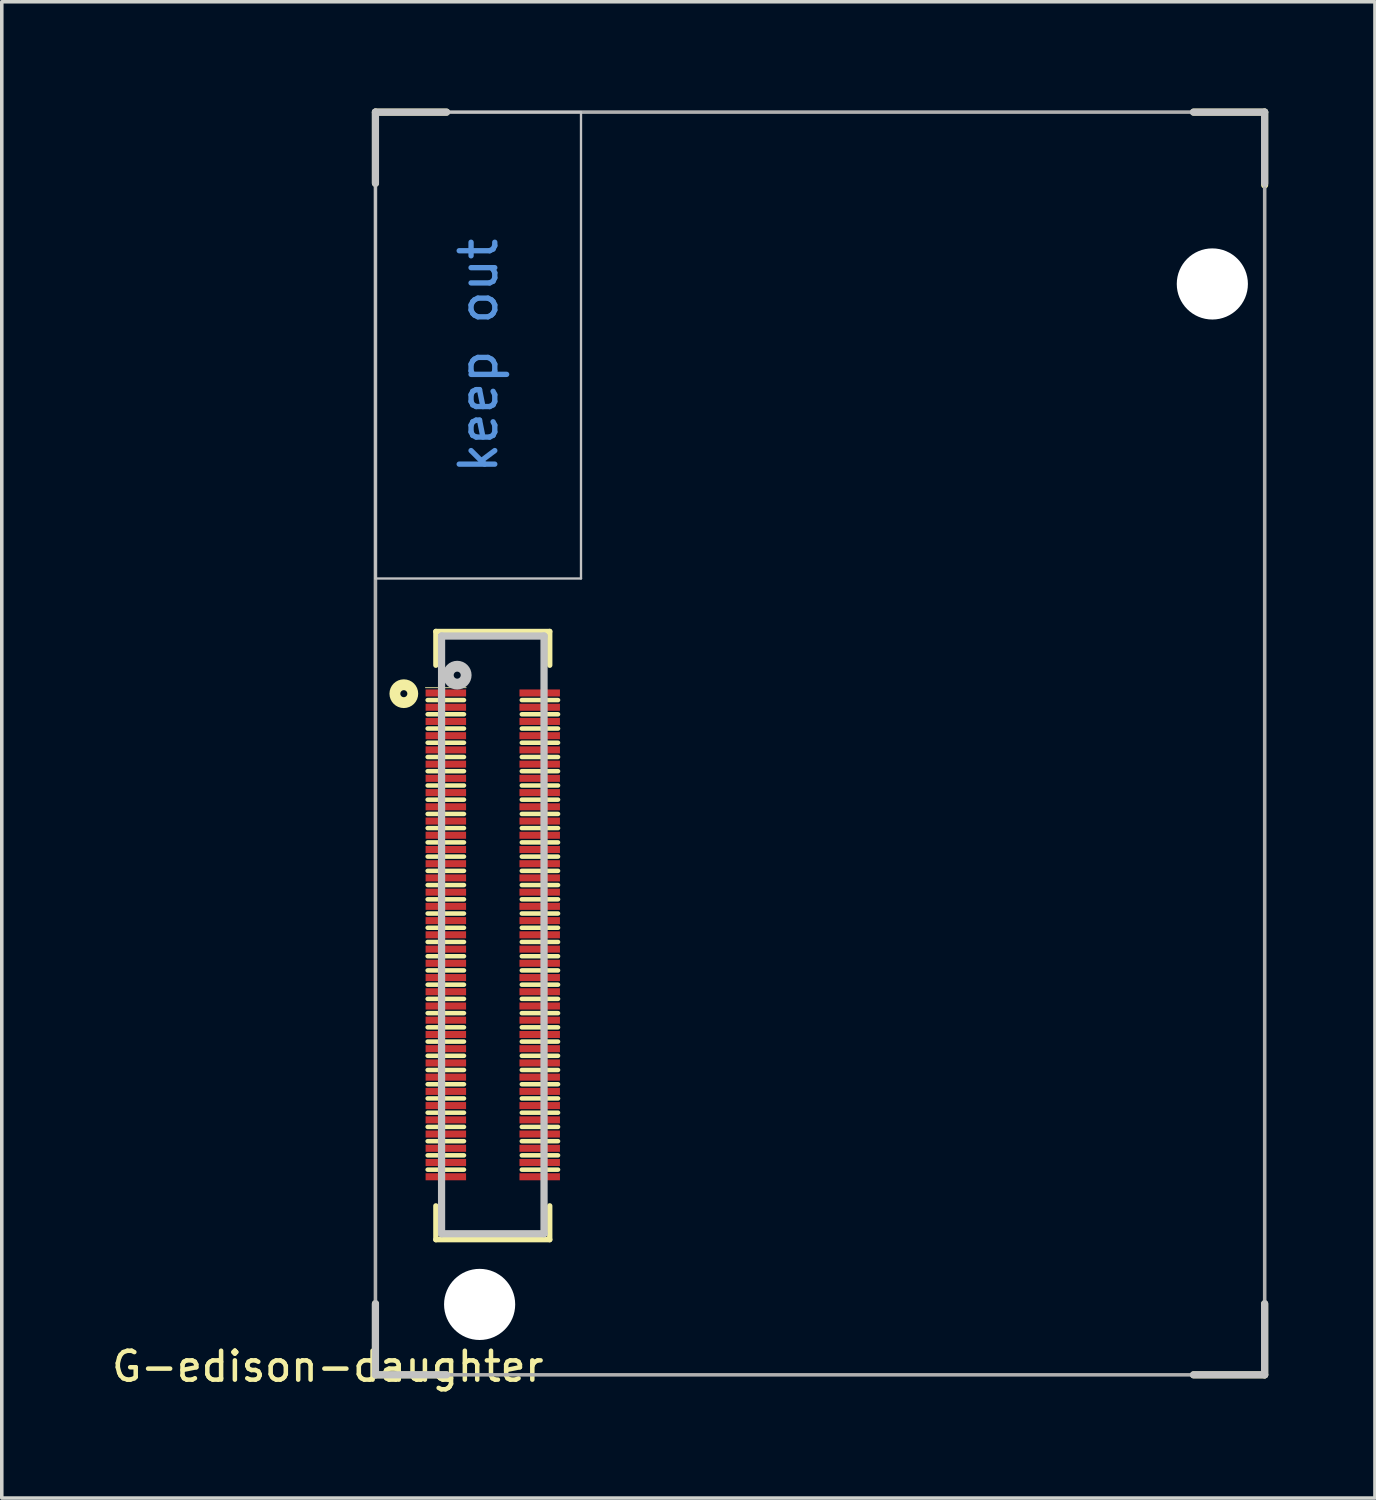
<source format=kicad_pcb>
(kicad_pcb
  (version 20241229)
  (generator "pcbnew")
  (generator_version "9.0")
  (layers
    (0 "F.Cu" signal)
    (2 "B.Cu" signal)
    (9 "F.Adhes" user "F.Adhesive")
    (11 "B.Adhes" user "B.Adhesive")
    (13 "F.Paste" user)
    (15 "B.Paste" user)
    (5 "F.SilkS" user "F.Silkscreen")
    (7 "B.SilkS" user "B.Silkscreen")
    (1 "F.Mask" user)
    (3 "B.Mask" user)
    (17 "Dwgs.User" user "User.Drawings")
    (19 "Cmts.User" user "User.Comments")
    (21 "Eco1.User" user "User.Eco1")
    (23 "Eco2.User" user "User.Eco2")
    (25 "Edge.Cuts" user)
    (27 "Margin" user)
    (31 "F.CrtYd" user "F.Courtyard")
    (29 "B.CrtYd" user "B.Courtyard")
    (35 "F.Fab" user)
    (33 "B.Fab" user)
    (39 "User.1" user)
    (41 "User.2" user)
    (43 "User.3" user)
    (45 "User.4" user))
  (footprint "G-edison-daughter"
    (layer "F.Cu")
    (at 20.005 17.851)
    (property "Reference" "G-edison-daughter" (at -13.839 17.516 180) (layer "F.SilkS") (effects (font (size 0.813 0.813) (thickness 0.127))))
    (attr smd)
    (fp_line (start -12.5 -17.749) (end -10.501 -17.749) (stroke (width 0.198) (type solid)) (layer "F.SilkS"))
    (fp_line (start -12.5 -15.748) (end -12.5 -17.749) (stroke (width 0.198) (type solid)) (layer "F.SilkS"))
    (fp_line (start -12.5 15.751) (end -12.5 17.75) (stroke (width 0.198) (type solid)) (layer "F.SilkS"))
    (fp_line (start -12.5 17.75) (end -10.501 17.75) (stroke (width 0.198) (type solid)) (layer "F.SilkS"))
    (fp_line (start -11.093 -1.567) (end -9.95 -1.567) (stroke (width 0.025) (type solid)) (layer "F.SilkS"))
    (fp_line (start -11.032 -1.219) (end -10.011 -1.219) (stroke (width 0.127) (type solid)) (layer "F.SilkS"))
    (fp_line (start -11.032 -0.82) (end -10.011 -0.82) (stroke (width 0.127) (type solid)) (layer "F.SilkS"))
    (fp_line (start -11.032 -0.419) (end -10.011 -0.419) (stroke (width 0.127) (type solid)) (layer "F.SilkS"))
    (fp_line (start -11.032 -0.02) (end -10.011 -0.02) (stroke (width 0.127) (type solid)) (layer "F.SilkS"))
    (fp_line (start -11.032 0.381) (end -10.011 0.381) (stroke (width 0.127) (type solid)) (layer "F.SilkS"))
    (fp_line (start -11.032 0.78) (end -10.011 0.78) (stroke (width 0.127) (type solid)) (layer "F.SilkS"))
    (fp_line (start -11.032 1.182) (end -10.011 1.182) (stroke (width 0.127) (type solid)) (layer "F.SilkS"))
    (fp_line (start -11.032 1.58) (end -10.011 1.58) (stroke (width 0.127) (type solid)) (layer "F.SilkS"))
    (fp_line (start -11.032 1.982) (end -10.011 1.982) (stroke (width 0.127) (type solid)) (layer "F.SilkS"))
    (fp_line (start -11.032 2.38) (end -10.011 2.38) (stroke (width 0.127) (type solid)) (layer "F.SilkS"))
    (fp_line (start -11.032 2.782) (end -10.011 2.782) (stroke (width 0.127) (type solid)) (layer "F.SilkS"))
    (fp_line (start -11.032 3.181) (end -10.011 3.181) (stroke (width 0.127) (type solid)) (layer "F.SilkS"))
    (fp_line (start -11.032 3.582) (end -10.011 3.582) (stroke (width 0.127) (type solid)) (layer "F.SilkS"))
    (fp_line (start -11.032 3.981) (end -10.011 3.981) (stroke (width 0.127) (type solid)) (layer "F.SilkS"))
    (fp_line (start -11.032 4.382) (end -10.011 4.382) (stroke (width 0.127) (type solid)) (layer "F.SilkS"))
    (fp_line (start -11.032 4.781) (end -10.011 4.781) (stroke (width 0.127) (type solid)) (layer "F.SilkS"))
    (fp_line (start -11.032 5.182) (end -10.011 5.182) (stroke (width 0.127) (type solid)) (layer "F.SilkS"))
    (fp_line (start -11.032 5.581) (end -10.011 5.581) (stroke (width 0.127) (type solid)) (layer "F.SilkS"))
    (fp_line (start -11.032 5.982) (end -10.011 5.982) (stroke (width 0.127) (type solid)) (layer "F.SilkS"))
    (fp_line (start -11.032 6.381) (end -10.011 6.381) (stroke (width 0.127) (type solid)) (layer "F.SilkS"))
    (fp_line (start -11.032 6.782) (end -10.011 6.782) (stroke (width 0.127) (type solid)) (layer "F.SilkS"))
    (fp_line (start -11.032 7.181) (end -10.011 7.181) (stroke (width 0.127) (type solid)) (layer "F.SilkS"))
    (fp_line (start -11.032 7.582) (end -10.011 7.582) (stroke (width 0.127) (type solid)) (layer "F.SilkS"))
    (fp_line (start -11.032 7.981) (end -10.011 7.981) (stroke (width 0.127) (type solid)) (layer "F.SilkS"))
    (fp_line (start -11.032 8.382) (end -10.011 8.382) (stroke (width 0.127) (type solid)) (layer "F.SilkS"))
    (fp_line (start -11.032 8.781) (end -10.011 8.781) (stroke (width 0.127) (type solid)) (layer "F.SilkS"))
    (fp_line (start -11.032 9.18) (end -10.011 9.18) (stroke (width 0.127) (type solid)) (layer "F.SilkS"))
    (fp_line (start -11.032 9.581) (end -10.011 9.581) (stroke (width 0.127) (type solid)) (layer "F.SilkS"))
    (fp_line (start -11.032 9.98) (end -10.011 9.98) (stroke (width 0.127) (type solid)) (layer "F.SilkS"))
    (fp_line (start -11.032 10.381) (end -10.011 10.381) (stroke (width 0.127) (type solid)) (layer "F.SilkS"))
    (fp_line (start -11.032 10.78) (end -10.011 10.78) (stroke (width 0.127) (type solid)) (layer "F.SilkS"))
    (fp_line (start -11.032 11.182) (end -10.011 11.182) (stroke (width 0.127) (type solid)) (layer "F.SilkS"))
    (fp_line (start -11.032 11.58) (end -10.011 11.58) (stroke (width 0.127) (type solid)) (layer "F.SilkS"))
    (fp_line (start -11.032 11.982) (end -10.011 11.982) (stroke (width 0.127) (type solid)) (layer "F.SilkS"))
    (fp_line (start -10.801 -3.149) (end -7.6 -3.149) (stroke (width 0.15) (type solid)) (layer "F.SilkS"))
    (fp_line (start -10.801 -2.199) (end -10.801 -3.149) (stroke (width 0.15) (type solid)) (layer "F.SilkS"))
    (fp_line (start -10.801 13) (end -10.801 13.95) (stroke (width 0.15) (type solid)) (layer "F.SilkS"))
    (fp_line (start -10.801 13.95) (end -7.6 13.95) (stroke (width 0.15) (type solid)) (layer "F.SilkS"))
    (fp_line (start -8.385 -1.219) (end -7.367 -1.219) (stroke (width 0.127) (type solid)) (layer "F.SilkS"))
    (fp_line (start -8.385 -0.82) (end -7.367 -0.82) (stroke (width 0.127) (type solid)) (layer "F.SilkS"))
    (fp_line (start -8.385 -0.419) (end -7.367 -0.419) (stroke (width 0.127) (type solid)) (layer "F.SilkS"))
    (fp_line (start -8.385 -0.02) (end -7.367 -0.02) (stroke (width 0.127) (type solid)) (layer "F.SilkS"))
    (fp_line (start -8.385 0.381) (end -7.367 0.381) (stroke (width 0.127) (type solid)) (layer "F.SilkS"))
    (fp_line (start -8.385 0.78) (end -7.367 0.78) (stroke (width 0.127) (type solid)) (layer "F.SilkS"))
    (fp_line (start -8.385 1.182) (end -7.367 1.182) (stroke (width 0.127) (type solid)) (layer "F.SilkS"))
    (fp_line (start -8.385 1.58) (end -7.367 1.58) (stroke (width 0.127) (type solid)) (layer "F.SilkS"))
    (fp_line (start -8.385 1.982) (end -7.367 1.982) (stroke (width 0.127) (type solid)) (layer "F.SilkS"))
    (fp_line (start -8.385 2.38) (end -7.367 2.38) (stroke (width 0.127) (type solid)) (layer "F.SilkS"))
    (fp_line (start -8.385 2.782) (end -7.367 2.782) (stroke (width 0.127) (type solid)) (layer "F.SilkS"))
    (fp_line (start -8.385 3.181) (end -7.367 3.181) (stroke (width 0.127) (type solid)) (layer "F.SilkS"))
    (fp_line (start -8.385 3.582) (end -7.367 3.582) (stroke (width 0.127) (type solid)) (layer "F.SilkS"))
    (fp_line (start -8.385 3.981) (end -7.367 3.981) (stroke (width 0.127) (type solid)) (layer "F.SilkS"))
    (fp_line (start -8.385 4.382) (end -7.367 4.382) (stroke (width 0.127) (type solid)) (layer "F.SilkS"))
    (fp_line (start -8.385 4.781) (end -7.367 4.781) (stroke (width 0.127) (type solid)) (layer "F.SilkS"))
    (fp_line (start -8.385 5.182) (end -7.367 5.182) (stroke (width 0.127) (type solid)) (layer "F.SilkS"))
    (fp_line (start -8.385 5.581) (end -7.367 5.581) (stroke (width 0.127) (type solid)) (layer "F.SilkS"))
    (fp_line (start -8.385 5.982) (end -7.367 5.982) (stroke (width 0.127) (type solid)) (layer "F.SilkS"))
    (fp_line (start -8.385 6.381) (end -7.367 6.381) (stroke (width 0.127) (type solid)) (layer "F.SilkS"))
    (fp_line (start -8.385 6.782) (end -7.367 6.782) (stroke (width 0.127) (type solid)) (layer "F.SilkS"))
    (fp_line (start -8.385 7.181) (end -7.367 7.181) (stroke (width 0.127) (type solid)) (layer "F.SilkS"))
    (fp_line (start -8.385 7.582) (end -7.367 7.582) (stroke (width 0.127) (type solid)) (layer "F.SilkS"))
    (fp_line (start -8.385 7.981) (end -7.367 7.981) (stroke (width 0.127) (type solid)) (layer "F.SilkS"))
    (fp_line (start -8.385 8.382) (end -7.367 8.382) (stroke (width 0.127) (type solid)) (layer "F.SilkS"))
    (fp_line (start -8.385 8.781) (end -7.367 8.781) (stroke (width 0.127) (type solid)) (layer "F.SilkS"))
    (fp_line (start -8.385 9.18) (end -7.367 9.18) (stroke (width 0.127) (type solid)) (layer "F.SilkS"))
    (fp_line (start -8.385 9.581) (end -7.367 9.581) (stroke (width 0.127) (type solid)) (layer "F.SilkS"))
    (fp_line (start -8.385 9.98) (end -7.367 9.98) (stroke (width 0.127) (type solid)) (layer "F.SilkS"))
    (fp_line (start -8.385 10.381) (end -7.367 10.381) (stroke (width 0.127) (type solid)) (layer "F.SilkS"))
    (fp_line (start -8.385 10.78) (end -7.367 10.78) (stroke (width 0.127) (type solid)) (layer "F.SilkS"))
    (fp_line (start -8.385 11.182) (end -7.367 11.182) (stroke (width 0.127) (type solid)) (layer "F.SilkS"))
    (fp_line (start -8.385 11.58) (end -7.367 11.58) (stroke (width 0.127) (type solid)) (layer "F.SilkS"))
    (fp_line (start -8.385 11.982) (end -7.367 11.982) (stroke (width 0.127) (type solid)) (layer "F.SilkS"))
    (fp_line (start -7.6 -3.149) (end -7.6 -2.199) (stroke (width 0.15) (type solid)) (layer "F.SilkS"))
    (fp_line (start -7.6 13.95) (end -7.6 13) (stroke (width 0.15) (type solid)) (layer "F.SilkS"))
    (fp_line (start 10.5 17.75) (end 12.499 17.75) (stroke (width 0.198) (type solid)) (layer "F.SilkS"))
    (fp_line (start 12.499 -17.749) (end 10.5 -17.749) (stroke (width 0.198) (type solid)) (layer "F.SilkS"))
    (fp_line (start 12.499 -15.699) (end 12.499 -17.749) (stroke (width 0.198) (type solid)) (layer "F.SilkS"))
    (fp_line (start 12.499 17.75) (end 12.499 15.751) (stroke (width 0.198) (type solid)) (layer "F.SilkS"))
    (fp_circle (center -11.702 -1.399) (end -11.702 -1.498) (stroke (width 0.305) (type solid)) (fill no) (layer "F.SilkS"))
    (fp_line (start -12.5 -17.749) (end -10.501 -17.749) (stroke (width 0.203) (type solid)) (layer "Dwgs.User"))
    (fp_line (start -12.5 -17.749) (end -6.721 -17.749) (stroke (width 0.066) (type solid)) (layer "Dwgs.User"))
    (fp_line (start -12.5 -15.748) (end -12.5 -17.749) (stroke (width 0.203) (type solid)) (layer "Dwgs.User"))
    (fp_line (start -12.5 -4.638) (end -12.5 -17.749) (stroke (width 0.066) (type solid)) (layer "Dwgs.User"))
    (fp_line (start -12.5 -4.638) (end -6.721 -4.638) (stroke (width 0.066) (type solid)) (layer "Dwgs.User"))
    (fp_line (start -12.5 17.75) (end -12.5 15.751) (stroke (width 0.203) (type solid)) (layer "Dwgs.User"))
    (fp_line (start -10.641 -3.02) (end -7.76 -3.02) (stroke (width 0.203) (type solid)) (layer "Dwgs.User"))
    (fp_line (start -10.641 13.783) (end -10.641 -3.02) (stroke (width 0.203) (type solid)) (layer "Dwgs.User"))
    (fp_line (start -10.501 17.75) (end -12.5 17.75) (stroke (width 0.203) (type solid)) (layer "Dwgs.User"))
    (fp_line (start -7.76 -3.02) (end -7.76 13.783) (stroke (width 0.203) (type solid)) (layer "Dwgs.User"))
    (fp_line (start -7.76 13.783) (end -10.641 13.783) (stroke (width 0.203) (type solid)) (layer "Dwgs.User"))
    (fp_line (start -6.721 -4.638) (end -6.721 -17.749) (stroke (width 0.066) (type solid)) (layer "Dwgs.User"))
    (fp_line (start 10.5 -17.749) (end 12.499 -17.749) (stroke (width 0.203) (type solid)) (layer "Dwgs.User"))
    (fp_line (start 12.499 -17.749) (end 12.499 -15.748) (stroke (width 0.203) (type solid)) (layer "Dwgs.User"))
    (fp_line (start 12.499 15.751) (end 12.499 17.75) (stroke (width 0.203) (type solid)) (layer "Dwgs.User"))
    (fp_line (start 12.499 17.75) (end 10.5 17.75) (stroke (width 0.203) (type solid)) (layer "Dwgs.User"))
    (fp_circle (center -10.201 -1.92) (end -10.201 -2.019) (stroke (width 0.305) (type solid)) (fill no) (layer "Dwgs.User"))
    (fp_line (start -12.5 -17.75) (end -12.5 17.75) (stroke (width 0.1) (type solid)) (layer "F.Fab"))
    (fp_line (start -12.5 17.75) (end 12.5 17.75) (stroke (width 0.1) (type solid)) (layer "F.Fab"))
    (fp_line (start 12.5 -17.75) (end -12.5 -17.75) (stroke (width 0.1) (type solid)) (layer "F.Fab"))
    (fp_line (start 12.5 17.75) (end 12.5 -17.75) (stroke (width 0.1) (type solid)) (layer "F.Fab"))
    (fp_text user "keep out" (at -9.6 -10.9 90) (layer "Cmts.User") (effects (font (size 1 1) (thickness 0.15))))
    (pad "" np_thru_hole circle (at -9.571 15.771) (size 2 2) (drill 2) (layers "*.Cu" "*.Mask"))
    (pad "" np_thru_hole circle (at 11.028 -12.918) (size 2 2) (drill 2) (layers "*.Cu" "*.Mask"))
    (pad "1" smd rect (at -10.521 -1.419 90) (size 0.198 1.138) (layers "F.Cu" "F.Mask" "F.Paste"))
    (pad "2" smd rect (at -7.882 -1.419 90) (size 0.198 1.138) (layers "F.Cu" "F.Mask" "F.Paste"))
    (pad "3" smd rect (at -10.521 -1.018 90) (size 0.198 1.138) (layers "F.Cu" "F.Mask" "F.Paste"))
    (pad "4" smd rect (at -7.882 -1.018 90) (size 0.198 1.138) (layers "F.Cu" "F.Mask" "F.Paste"))
    (pad "5" smd rect (at -10.521 -0.619 90) (size 0.198 1.138) (layers "F.Cu" "F.Mask" "F.Paste"))
    (pad "6" smd rect (at -7.882 -0.619 90) (size 0.198 1.138) (layers "F.Cu" "F.Mask" "F.Paste"))
    (pad "7" smd rect (at -10.521 -0.218 90) (size 0.198 1.138) (layers "F.Cu" "F.Mask" "F.Paste"))
    (pad "8" smd rect (at -7.882 -0.218 90) (size 0.198 1.138) (layers "F.Cu" "F.Mask" "F.Paste"))
    (pad "9" smd rect (at -10.521 0.181 90) (size 0.198 1.138) (layers "F.Cu" "F.Mask" "F.Paste"))
    (pad "10" smd rect (at -7.882 0.181 90) (size 0.198 1.138) (layers "F.Cu" "F.Mask" "F.Paste"))
    (pad "11" smd rect (at -10.521 0.582 90) (size 0.198 1.138) (layers "F.Cu" "F.Mask" "F.Paste"))
    (pad "12" smd rect (at -7.882 0.582 90) (size 0.198 1.138) (layers "F.Cu" "F.Mask" "F.Paste"))
    (pad "13" smd rect (at -10.521 0.981 90) (size 0.198 1.138) (layers "F.Cu" "F.Mask" "F.Paste"))
    (pad "14" smd rect (at -7.882 0.981 90) (size 0.198 1.138) (layers "F.Cu" "F.Mask" "F.Paste"))
    (pad "15" smd rect (at -10.521 1.382 90) (size 0.198 1.138) (layers "F.Cu" "F.Mask" "F.Paste"))
    (pad "16" smd rect (at -7.882 1.382 90) (size 0.198 1.138) (layers "F.Cu" "F.Mask" "F.Paste"))
    (pad "17" smd rect (at -10.521 1.781 90) (size 0.198 1.138) (layers "F.Cu" "F.Mask" "F.Paste"))
    (pad "18" smd rect (at -7.882 1.781 90) (size 0.198 1.138) (layers "F.Cu" "F.Mask" "F.Paste"))
    (pad "19" smd rect (at -10.521 2.182 90) (size 0.198 1.138) (layers "F.Cu" "F.Mask" "F.Paste"))
    (pad "20" smd rect (at -7.882 2.182 90) (size 0.198 1.138) (layers "F.Cu" "F.Mask" "F.Paste"))
    (pad "21" smd rect (at -10.521 2.581 90) (size 0.198 1.138) (layers "F.Cu" "F.Mask" "F.Paste"))
    (pad "22" smd rect (at -7.882 2.581 90) (size 0.198 1.138) (layers "F.Cu" "F.Mask" "F.Paste"))
    (pad "23" smd rect (at -10.521 2.982 90) (size 0.198 1.138) (layers "F.Cu" "F.Mask" "F.Paste"))
    (pad "24" smd rect (at -7.882 2.982 90) (size 0.198 1.138) (layers "F.Cu" "F.Mask" "F.Paste"))
    (pad "25" smd rect (at -10.521 3.381 90) (size 0.198 1.138) (layers "F.Cu" "F.Mask" "F.Paste"))
    (pad "26" smd rect (at -7.882 3.381 90) (size 0.198 1.138) (layers "F.Cu" "F.Mask" "F.Paste"))
    (pad "27" smd rect (at -10.521 3.78 90) (size 0.198 1.138) (layers "F.Cu" "F.Mask" "F.Paste"))
    (pad "28" smd rect (at -7.882 3.78 90) (size 0.198 1.138) (layers "F.Cu" "F.Mask" "F.Paste"))
    (pad "29" smd rect (at -10.521 4.181 90) (size 0.198 1.138) (layers "F.Cu" "F.Mask" "F.Paste"))
    (pad "30" smd rect (at -7.882 4.181 90) (size 0.198 1.138) (layers "F.Cu" "F.Mask" "F.Paste"))
    (pad "31" smd rect (at -10.521 4.58 90) (size 0.198 1.138) (layers "F.Cu" "F.Mask" "F.Paste"))
    (pad "32" smd rect (at -7.882 4.58 90) (size 0.198 1.138) (layers "F.Cu" "F.Mask" "F.Paste"))
    (pad "33" smd rect (at -10.521 4.981 90) (size 0.198 1.138) (layers "F.Cu" "F.Mask" "F.Paste"))
    (pad "34" smd rect (at -7.882 4.981 90) (size 0.198 1.138) (layers "F.Cu" "F.Mask" "F.Paste"))
    (pad "35" smd rect (at -10.521 5.38 90) (size 0.198 1.138) (layers "F.Cu" "F.Mask" "F.Paste"))
    (pad "36" smd rect (at -7.882 5.38 90) (size 0.198 1.138) (layers "F.Cu" "F.Mask" "F.Paste"))
    (pad "37" smd rect (at -10.521 5.782 90) (size 0.198 1.138) (layers "F.Cu" "F.Mask" "F.Paste"))
    (pad "38" smd rect (at -7.882 5.782 90) (size 0.198 1.138) (layers "F.Cu" "F.Mask" "F.Paste"))
    (pad "39" smd rect (at -10.521 6.18 90) (size 0.198 1.138) (layers "F.Cu" "F.Mask" "F.Paste"))
    (pad "40" smd rect (at -7.882 6.18 90) (size 0.198 1.138) (layers "F.Cu" "F.Mask" "F.Paste"))
    (pad "41" smd rect (at -10.521 6.582 90) (size 0.198 1.138) (layers "F.Cu" "F.Mask" "F.Paste"))
    (pad "42" smd rect (at -7.882 6.582 90) (size 0.198 1.138) (layers "F.Cu" "F.Mask" "F.Paste"))
    (pad "43" smd rect (at -10.521 6.98 90) (size 0.198 1.138) (layers "F.Cu" "F.Mask" "F.Paste"))
    (pad "44" smd rect (at -7.882 6.98 90) (size 0.198 1.138) (layers "F.Cu" "F.Mask" "F.Paste"))
    (pad "45" smd rect (at -10.521 7.382 90) (size 0.198 1.138) (layers "F.Cu" "F.Mask" "F.Paste"))
    (pad "46" smd rect (at -7.882 7.382 90) (size 0.198 1.138) (layers "F.Cu" "F.Mask" "F.Paste"))
    (pad "47" smd rect (at -10.521 7.78 90) (size 0.198 1.138) (layers "F.Cu" "F.Mask" "F.Paste"))
    (pad "48" smd rect (at -7.882 7.78 90) (size 0.198 1.138) (layers "F.Cu" "F.Mask" "F.Paste"))
    (pad "49" smd rect (at -10.521 8.182 90) (size 0.198 1.138) (layers "F.Cu" "F.Mask" "F.Paste"))
    (pad "50" smd rect (at -7.882 8.182 90) (size 0.198 1.138) (layers "F.Cu" "F.Mask" "F.Paste"))
    (pad "51" smd rect (at -10.521 8.581 90) (size 0.198 1.138) (layers "F.Cu" "F.Mask" "F.Paste"))
    (pad "52" smd rect (at -7.882 8.581 90) (size 0.198 1.138) (layers "F.Cu" "F.Mask" "F.Paste"))
    (pad "53" smd rect (at -10.521 8.982 90) (size 0.198 1.138) (layers "F.Cu" "F.Mask" "F.Paste"))
    (pad "54" smd rect (at -7.882 8.982 90) (size 0.198 1.138) (layers "F.Cu" "F.Mask" "F.Paste"))
    (pad "55" smd rect (at -10.521 9.381 90) (size 0.198 1.138) (layers "F.Cu" "F.Mask" "F.Paste"))
    (pad "56" smd rect (at -7.882 9.381 90) (size 0.198 1.138) (layers "F.Cu" "F.Mask" "F.Paste"))
    (pad "57" smd rect (at -10.521 9.782 90) (size 0.198 1.138) (layers "F.Cu" "F.Mask" "F.Paste"))
    (pad "58" smd rect (at -7.882 9.782 90) (size 0.198 1.138) (layers "F.Cu" "F.Mask" "F.Paste"))
    (pad "59" smd rect (at -10.521 10.181 90) (size 0.198 1.138) (layers "F.Cu" "F.Mask" "F.Paste"))
    (pad "60" smd rect (at -7.882 10.181 90) (size 0.198 1.138) (layers "F.Cu" "F.Mask" "F.Paste"))
    (pad "61" smd rect (at -10.521 10.582 90) (size 0.198 1.138) (layers "F.Cu" "F.Mask" "F.Paste"))
    (pad "62" smd rect (at -7.882 10.582 90) (size 0.198 1.138) (layers "F.Cu" "F.Mask" "F.Paste"))
    (pad "63" smd rect (at -10.521 10.981 90) (size 0.198 1.138) (layers "F.Cu" "F.Mask" "F.Paste"))
    (pad "64" smd rect (at -7.882 10.981 90) (size 0.198 1.138) (layers "F.Cu" "F.Mask" "F.Paste"))
    (pad "65" smd rect (at -10.521 11.382 90) (size 0.198 1.138) (layers "F.Cu" "F.Mask" "F.Paste"))
    (pad "66" smd rect (at -7.882 11.382 90) (size 0.198 1.138) (layers "F.Cu" "F.Mask" "F.Paste"))
    (pad "67" smd rect (at -10.521 11.781 90) (size 0.198 1.138) (layers "F.Cu" "F.Mask" "F.Paste"))
    (pad "68" smd rect (at -7.882 11.781 90) (size 0.198 1.138) (layers "F.Cu" "F.Mask" "F.Paste"))
    (pad "69" smd rect (at -10.521 12.182 90) (size 0.198 1.138) (layers "F.Cu" "F.Mask" "F.Paste"))
    (pad "70" smd rect (at -7.882 12.182 90) (size 0.198 1.138) (layers "F.Cu" "F.Mask" "F.Paste")))
  (gr_rect
    (start -3 -3)
    (end 35.605 39.065)
    (stroke (width 0.1) (type default))
    (fill no)
    (layer "Edge.Cuts")))
</source>
